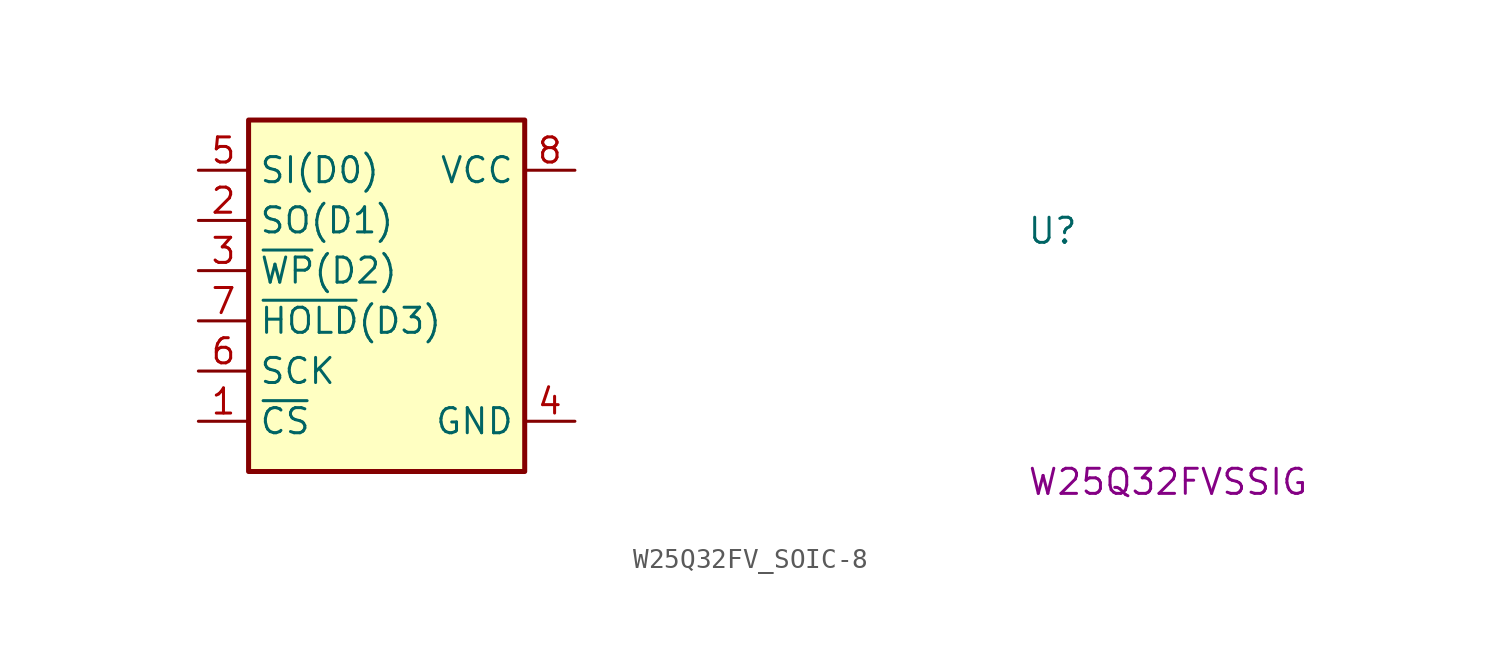
<source format=kicad_sym>
(kicad_symbol_lib
  (version 20220914)
  (generator kicad_symbol_editor)
  (symbol "W25Q32FV_SOIC-8"
    (property "Reference" "U"
      (at 41.91 -3.81 0)
      (effects (font (size 1.27 1.27) (thickness 0.15)) (justify left bottom)))
    (property "MPN" "W25Q32FVSSIG"
      (at 41.91 -16.51 0)
      (effects (font (size 1.27 1.27) (thickness 0.15)) (justify left bottom)))
    (symbol "W25Q32FV_SOIC-8_1_1"
      (rectangle (start 2.54 2.54) (end 16.51 -15.24) (stroke (width 0.254) (type default)) (fill (type background)))
      (pin input line (at 0 -12.7 0) (length 2.54) (name "~{CS}" (effects (font (size 1.27 1.27)))) (number "1" (effects (font (size 1.27 1.27)))))
      (pin bidirectional line (at 0 -2.54 0) (length 2.54) (name "SO(D1)" (effects (font (size 1.27 1.27)))) (number "2" (effects (font (size 1.27 1.27)))))
      (pin bidirectional line (at 0 -5.08 0) (length 2.54) (name "~{WP}(D2)" (effects (font (size 1.27 1.27)))) (number "3" (effects (font (size 1.27 1.27)))))
      (pin power_in line (at 19.05 -12.7 180) (length 2.54) (name "GND" (effects (font (size 1.27 1.27)))) (number "4" (effects (font (size 1.27 1.27)))))
      (pin bidirectional line (at 0 0 0) (length 2.54) (name "SI(D0)" (effects (font (size 1.27 1.27)))) (number "5" (effects (font (size 1.27 1.27)))))
      (pin input line (at 0 -10.16 0) (length 2.54) (name "SCK" (effects (font (size 1.27 1.27)))) (number "6" (effects (font (size 1.27 1.27)))))
      (pin bidirectional line (at 0 -7.62 0) (length 2.54) (name "~{HOLD}(D3)" (effects (font (size 1.27 1.27)))) (number "7" (effects (font (size 1.27 1.27)))))
      (pin power_in line (at 19.05 0 180) (length 2.54) (name "VCC" (effects (font (size 1.27 1.27)))) (number "8" (effects (font (size 1.27 1.27))))))))
</source>
